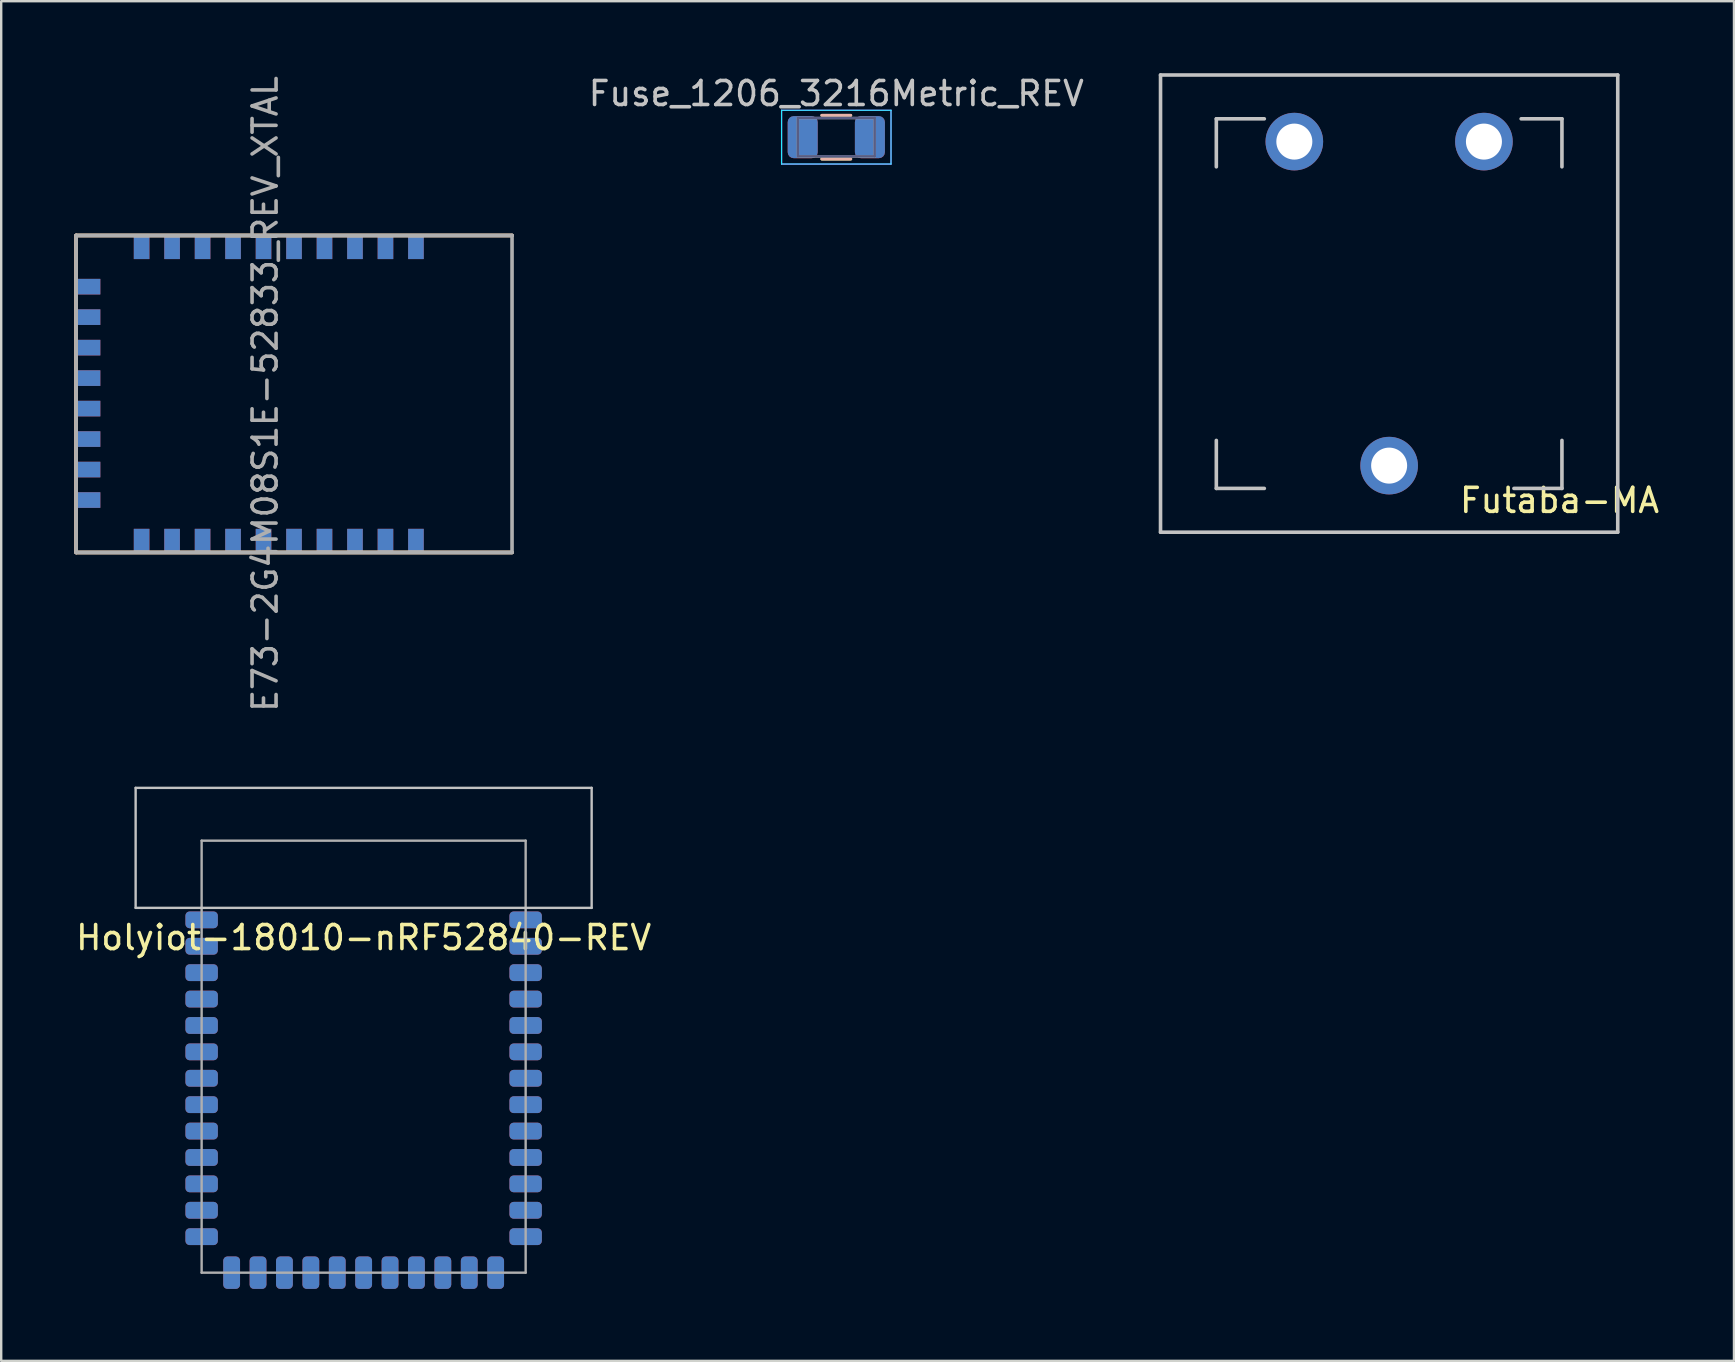
<source format=kicad_pcb>
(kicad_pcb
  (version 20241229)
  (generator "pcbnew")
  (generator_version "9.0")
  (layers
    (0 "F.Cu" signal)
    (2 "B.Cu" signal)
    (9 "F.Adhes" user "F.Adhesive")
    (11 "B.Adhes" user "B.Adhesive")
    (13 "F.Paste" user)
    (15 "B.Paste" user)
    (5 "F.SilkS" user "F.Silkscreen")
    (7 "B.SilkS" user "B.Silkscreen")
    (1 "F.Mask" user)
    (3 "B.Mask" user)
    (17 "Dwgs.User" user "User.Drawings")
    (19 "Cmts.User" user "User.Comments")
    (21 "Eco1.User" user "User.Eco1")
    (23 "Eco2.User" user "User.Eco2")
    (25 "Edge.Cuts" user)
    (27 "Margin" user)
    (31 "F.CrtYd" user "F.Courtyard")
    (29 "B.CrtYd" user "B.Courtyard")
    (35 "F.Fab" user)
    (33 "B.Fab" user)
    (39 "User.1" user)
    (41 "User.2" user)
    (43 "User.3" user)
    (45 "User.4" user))
  (footprint "Holyiot-18010-nRF52840-REV"
    (layer "F.Cu")
    (at 12.101 40.976)
    (property "Reference" "Holyiot-18010-nRF52840-REV" (at 0 -4.961 0) (layer "F.SilkS") (effects (font (size 1 1) (thickness 0.15))))
    (attr through_hole)
    (fp_line (start -9.5 -11.2) (end 9.5 -11.2) (stroke (width 0.1) (type solid)) (layer "Dwgs.User"))
    (fp_line (start -9.5 -6.2) (end -9.5 -11.2) (stroke (width 0.1) (type solid)) (layer "Dwgs.User"))
    (fp_line (start 9.5 -11.2) (end 9.5 -6.2) (stroke (width 0.1) (type solid)) (layer "Dwgs.User"))
    (fp_line (start 9.5 -6.2) (end -9.5 -6.2) (stroke (width 0.1) (type solid)) (layer "Dwgs.User"))
    (fp_line (start -6.75 -9) (end 6.75 -9) (stroke (width 0.1) (type solid)) (layer "F.Fab"))
    (fp_line (start -6.75 9) (end -6.75 -9) (stroke (width 0.1) (type solid)) (layer "F.Fab"))
    (fp_line (start 6.75 -9) (end 6.75 9) (stroke (width 0.1) (type solid)) (layer "F.Fab"))
    (fp_line (start 6.75 9) (end -6.75 9) (stroke (width 0.1) (type solid)) (layer "F.Fab"))
    (pad "1" smd roundrect (at -6.75 -5.7) (size 1.35 0.7) (layers "F.Cu" "F.Mask" "F.Paste") (roundrect_rratio 0.25))
    (pad "1" smd roundrect (at 6.75 -5.7) (size 1.35 0.7) (layers "B.Cu" "B.Mask" "B.Paste") (roundrect_rratio 0.25))
    (pad "2" smd roundrect (at -6.75 -4.6) (size 1.35 0.7) (layers "F.Cu" "F.Mask" "F.Paste") (roundrect_rratio 0.25))
    (pad "2" smd roundrect (at 6.75 -4.6) (size 1.35 0.7) (layers "B.Cu" "B.Mask" "B.Paste") (roundrect_rratio 0.25))
    (pad "3" smd roundrect (at -6.75 -3.5) (size 1.35 0.7) (layers "F.Cu" "F.Mask" "F.Paste") (roundrect_rratio 0.25))
    (pad "3" smd roundrect (at 6.75 -3.5) (size 1.35 0.7) (layers "B.Cu" "B.Mask" "B.Paste") (roundrect_rratio 0.25))
    (pad "4" smd roundrect (at -6.75 -2.4) (size 1.35 0.7) (layers "F.Cu" "F.Mask" "F.Paste") (roundrect_rratio 0.25))
    (pad "4" smd roundrect (at 6.75 -2.4) (size 1.35 0.7) (layers "B.Cu" "B.Mask" "B.Paste") (roundrect_rratio 0.25))
    (pad "5" smd roundrect (at -6.75 -1.3) (size 1.35 0.7) (layers "F.Cu" "F.Mask" "F.Paste") (roundrect_rratio 0.25))
    (pad "5" smd roundrect (at 6.75 -1.3) (size 1.35 0.7) (layers "B.Cu" "B.Mask" "B.Paste") (roundrect_rratio 0.25))
    (pad "6" smd roundrect (at -6.75 -0.2) (size 1.35 0.7) (layers "F.Cu" "F.Mask" "F.Paste") (roundrect_rratio 0.25))
    (pad "6" smd roundrect (at 6.75 -0.2) (size 1.35 0.7) (layers "B.Cu" "B.Mask" "B.Paste") (roundrect_rratio 0.25))
    (pad "7" smd roundrect (at -6.75 0.9) (size 1.35 0.7) (layers "F.Cu" "F.Mask" "F.Paste") (roundrect_rratio 0.25))
    (pad "7" smd roundrect (at 6.75 0.9) (size 1.35 0.7) (layers "B.Cu" "B.Mask" "B.Paste") (roundrect_rratio 0.25))
    (pad "8" smd roundrect (at -6.75 2) (size 1.35 0.7) (layers "F.Cu" "F.Mask" "F.Paste") (roundrect_rratio 0.25))
    (pad "8" smd roundrect (at 6.75 2) (size 1.35 0.7) (layers "B.Cu" "B.Mask" "B.Paste") (roundrect_rratio 0.25))
    (pad "9" smd roundrect (at -6.75 3.1) (size 1.35 0.7) (layers "F.Cu" "F.Mask" "F.Paste") (roundrect_rratio 0.25))
    (pad "9" smd roundrect (at 6.75 3.1) (size 1.35 0.7) (layers "B.Cu" "B.Mask" "B.Paste") (roundrect_rratio 0.25))
    (pad "10" smd roundrect (at -6.75 4.2) (size 1.35 0.7) (layers "F.Cu" "F.Mask" "F.Paste") (roundrect_rratio 0.25))
    (pad "10" smd roundrect (at 6.75 4.2) (size 1.35 0.7) (layers "B.Cu" "B.Mask" "B.Paste") (roundrect_rratio 0.25))
    (pad "11" smd roundrect (at -6.75 5.3) (size 1.35 0.7) (layers "F.Cu" "F.Mask" "F.Paste") (roundrect_rratio 0.25))
    (pad "11" smd roundrect (at 6.75 5.3) (size 1.35 0.7) (layers "B.Cu" "B.Mask" "B.Paste") (roundrect_rratio 0.25))
    (pad "12" smd roundrect (at -6.75 6.4) (size 1.35 0.7) (layers "F.Cu" "F.Mask" "F.Paste") (roundrect_rratio 0.25))
    (pad "12" smd roundrect (at 6.75 6.4) (size 1.35 0.7) (layers "B.Cu" "B.Mask" "B.Paste") (roundrect_rratio 0.25))
    (pad "13" smd roundrect (at -6.75 7.5) (size 1.35 0.7) (layers "F.Cu" "F.Mask" "F.Paste") (roundrect_rratio 0.25))
    (pad "13" smd roundrect (at 6.75 7.5) (size 1.35 0.7) (layers "B.Cu" "B.Mask" "B.Paste") (roundrect_rratio 0.25))
    (pad "14" smd roundrect (at -5.5 9 90) (size 1.35 0.7) (layers "F.Cu" "F.Mask" "F.Paste") (roundrect_rratio 0.25))
    (pad "14" smd roundrect (at 5.5 9 270) (size 1.35 0.7) (layers "B.Cu" "B.Mask" "B.Paste") (roundrect_rratio 0.25))
    (pad "15" smd roundrect (at -4.4 9 90) (size 1.35 0.7) (layers "F.Cu" "F.Mask" "F.Paste") (roundrect_rratio 0.25))
    (pad "15" smd roundrect (at 4.4 9 270) (size 1.35 0.7) (layers "B.Cu" "B.Mask" "B.Paste") (roundrect_rratio 0.25))
    (pad "16" smd roundrect (at -3.3 9 90) (size 1.35 0.7) (layers "F.Cu" "F.Mask" "F.Paste") (roundrect_rratio 0.25))
    (pad "16" smd roundrect (at 3.3 9 270) (size 1.35 0.7) (layers "B.Cu" "B.Mask" "B.Paste") (roundrect_rratio 0.25))
    (pad "17" smd roundrect (at -2.2 9 90) (size 1.35 0.7) (layers "F.Cu" "F.Mask" "F.Paste") (roundrect_rratio 0.25))
    (pad "17" smd roundrect (at 2.2 9 270) (size 1.35 0.7) (layers "B.Cu" "B.Mask" "B.Paste") (roundrect_rratio 0.25))
    (pad "18" smd roundrect (at -1.1 9 90) (size 1.35 0.7) (layers "F.Cu" "F.Mask" "F.Paste") (roundrect_rratio 0.25))
    (pad "18" smd roundrect (at 1.1 9 270) (size 1.35 0.7) (layers "B.Cu" "B.Mask" "B.Paste") (roundrect_rratio 0.25))
    (pad "19" smd roundrect (at 0 9 90) (size 1.35 0.7) (layers "F.Cu" "F.Mask" "F.Paste") (roundrect_rratio 0.25))
    (pad "19" smd roundrect (at 0 9 270) (size 1.35 0.7) (layers "B.Cu" "B.Mask" "B.Paste") (roundrect_rratio 0.25))
    (pad "20" smd roundrect (at -1.1 9 270) (size 1.35 0.7) (layers "B.Cu" "B.Mask" "B.Paste") (roundrect_rratio 0.25))
    (pad "20" smd roundrect (at 1.1 9 90) (size 1.35 0.7) (layers "F.Cu" "F.Mask" "F.Paste") (roundrect_rratio 0.25))
    (pad "21" smd roundrect (at -2.2 9 270) (size 1.35 0.7) (layers "B.Cu" "B.Mask" "B.Paste") (roundrect_rratio 0.25))
    (pad "21" smd roundrect (at 2.2 9 90) (size 1.35 0.7) (layers "F.Cu" "F.Mask" "F.Paste") (roundrect_rratio 0.25))
    (pad "22" smd roundrect (at -3.3 9 270) (size 1.35 0.7) (layers "B.Cu" "B.Mask" "B.Paste") (roundrect_rratio 0.25))
    (pad "22" smd roundrect (at 3.3 9 90) (size 1.35 0.7) (layers "F.Cu" "F.Mask" "F.Paste") (roundrect_rratio 0.25))
    (pad "23" smd roundrect (at -4.4 9 270) (size 1.35 0.7) (layers "B.Cu" "B.Mask" "B.Paste") (roundrect_rratio 0.25))
    (pad "23" smd roundrect (at 4.4 9 90) (size 1.35 0.7) (layers "F.Cu" "F.Mask" "F.Paste") (roundrect_rratio 0.25))
    (pad "24" smd roundrect (at -5.5 9 270) (size 1.35 0.7) (layers "B.Cu" "B.Mask" "B.Paste") (roundrect_rratio 0.25))
    (pad "24" smd roundrect (at 5.5 9 90) (size 1.35 0.7) (layers "F.Cu" "F.Mask" "F.Paste") (roundrect_rratio 0.25))
    (pad "25" smd roundrect (at -6.75 7.5 180) (size 1.35 0.7) (layers "B.Cu" "B.Mask" "B.Paste") (roundrect_rratio 0.25))
    (pad "25" smd roundrect (at 6.75 7.5 180) (size 1.35 0.7) (layers "F.Cu" "F.Mask" "F.Paste") (roundrect_rratio 0.25))
    (pad "26" smd roundrect (at -6.75 6.4 180) (size 1.35 0.7) (layers "B.Cu" "B.Mask" "B.Paste") (roundrect_rratio 0.25))
    (pad "26" smd roundrect (at 6.75 6.4 180) (size 1.35 0.7) (layers "F.Cu" "F.Mask" "F.Paste") (roundrect_rratio 0.25))
    (pad "27" smd roundrect (at -6.75 5.3 180) (size 1.35 0.7) (layers "B.Cu" "B.Mask" "B.Paste") (roundrect_rratio 0.25))
    (pad "27" smd roundrect (at 6.75 5.3 180) (size 1.35 0.7) (layers "F.Cu" "F.Mask" "F.Paste") (roundrect_rratio 0.25))
    (pad "28" smd roundrect (at -6.75 4.2 180) (size 1.35 0.7) (layers "B.Cu" "B.Mask" "B.Paste") (roundrect_rratio 0.25))
    (pad "28" smd roundrect (at 6.75 4.2 180) (size 1.35 0.7) (layers "F.Cu" "F.Mask" "F.Paste") (roundrect_rratio 0.25))
    (pad "29" smd roundrect (at -6.75 3.1 180) (size 1.35 0.7) (layers "B.Cu" "B.Mask" "B.Paste") (roundrect_rratio 0.25))
    (pad "29" smd roundrect (at 6.75 3.1 180) (size 1.35 0.7) (layers "F.Cu" "F.Mask" "F.Paste") (roundrect_rratio 0.25))
    (pad "30" smd roundrect (at -6.75 2 180) (size 1.35 0.7) (layers "B.Cu" "B.Mask" "B.Paste") (roundrect_rratio 0.25))
    (pad "30" smd roundrect (at 6.75 2 180) (size 1.35 0.7) (layers "F.Cu" "F.Mask" "F.Paste") (roundrect_rratio 0.25))
    (pad "31" smd roundrect (at -6.75 0.9 180) (size 1.35 0.7) (layers "B.Cu" "B.Mask" "B.Paste") (roundrect_rratio 0.25))
    (pad "31" smd roundrect (at 6.75 0.9 180) (size 1.35 0.7) (layers "F.Cu" "F.Mask" "F.Paste") (roundrect_rratio 0.25))
    (pad "32" smd roundrect (at -6.75 -0.2 180) (size 1.35 0.7) (layers "B.Cu" "B.Mask" "B.Paste") (roundrect_rratio 0.25))
    (pad "32" smd roundrect (at 6.75 -0.2 180) (size 1.35 0.7) (layers "F.Cu" "F.Mask" "F.Paste") (roundrect_rratio 0.25))
    (pad "33" smd roundrect (at -6.75 -1.3 180) (size 1.35 0.7) (layers "B.Cu" "B.Mask" "B.Paste") (roundrect_rratio 0.25))
    (pad "33" smd roundrect (at 6.75 -1.3 180) (size 1.35 0.7) (layers "F.Cu" "F.Mask" "F.Paste") (roundrect_rratio 0.25))
    (pad "34" smd roundrect (at -6.75 -2.4 180) (size 1.35 0.7) (layers "B.Cu" "B.Mask" "B.Paste") (roundrect_rratio 0.25))
    (pad "34" smd roundrect (at 6.75 -2.4 180) (size 1.35 0.7) (layers "F.Cu" "F.Mask" "F.Paste") (roundrect_rratio 0.25))
    (pad "35" smd roundrect (at -6.75 -3.5 180) (size 1.35 0.7) (layers "B.Cu" "B.Mask" "B.Paste") (roundrect_rratio 0.25))
    (pad "35" smd roundrect (at 6.75 -3.5 180) (size 1.35 0.7) (layers "F.Cu" "F.Mask" "F.Paste") (roundrect_rratio 0.25))
    (pad "36" smd roundrect (at -6.75 -4.6 180) (size 1.35 0.7) (layers "B.Cu" "B.Mask" "B.Paste") (roundrect_rratio 0.25))
    (pad "36" smd roundrect (at 6.75 -4.6 180) (size 1.35 0.7) (layers "F.Cu" "F.Mask" "F.Paste") (roundrect_rratio 0.25))
    (pad "37" smd roundrect (at -6.75 -5.7 180) (size 1.35 0.7) (layers "B.Cu" "B.Mask" "B.Paste") (roundrect_rratio 0.25))
    (pad "37" smd roundrect (at 6.75 -5.7 180) (size 1.35 0.7) (layers "F.Cu" "F.Mask" "F.Paste") (roundrect_rratio 0.25)))
  (footprint "Fuse_1206_3216Metric_REV"
    (layer "F.Cu")
    (at 31.794 2.668)
    (property "Reference" "Fuse_1206_3216Metric_REV" (at 0 -1.82 0) (layer "Dwgs.User") (effects (font (size 1 1) (thickness 0.15))))
    (attr smd)
    (fp_line (start -0.602 -0.91) (end 0.602 -0.91) (stroke (width 0.12) (type solid)) (layer "F.SilkS"))
    (fp_line (start -0.602 0.91) (end 0.602 0.91) (stroke (width 0.12) (type solid)) (layer "F.SilkS"))
    (fp_line (start -0.602 -0.915) (end 0.602 -0.915) (stroke (width 0.12) (type solid)) (layer "B.SilkS"))
    (fp_line (start -0.602 0.905) (end 0.602 0.905) (stroke (width 0.12) (type solid)) (layer "B.SilkS"))
    (fp_line (start -2.28 -1.125) (end -2.28 1.115) (stroke (width 0.05) (type solid)) (layer "B.CrtYd"))
    (fp_line (start -2.28 1.115) (end 2.28 1.115) (stroke (width 0.05) (type solid)) (layer "B.CrtYd"))
    (fp_line (start 2.28 -1.125) (end -2.28 -1.125) (stroke (width 0.05) (type solid)) (layer "B.CrtYd"))
    (fp_line (start 2.28 1.115) (end 2.28 -1.125) (stroke (width 0.05) (type solid)) (layer "B.CrtYd"))
    (fp_line (start -2.28 -1.12) (end 2.28 -1.12) (stroke (width 0.05) (type solid)) (layer "F.CrtYd"))
    (fp_line (start -2.28 1.12) (end -2.28 -1.12) (stroke (width 0.05) (type solid)) (layer "F.CrtYd"))
    (fp_line (start 2.28 -1.12) (end 2.28 1.12) (stroke (width 0.05) (type solid)) (layer "F.CrtYd"))
    (fp_line (start 2.28 1.12) (end -2.28 1.12) (stroke (width 0.05) (type solid)) (layer "F.CrtYd"))
    (fp_line (start -1.6 -0.805) (end -1.6 0.795) (stroke (width 0.1) (type solid)) (layer "B.Fab"))
    (fp_line (start -1.6 0.795) (end 1.6 0.795) (stroke (width 0.1) (type solid)) (layer "B.Fab"))
    (fp_line (start 1.6 -0.805) (end -1.6 -0.805) (stroke (width 0.1) (type solid)) (layer "B.Fab"))
    (fp_line (start 1.6 0.795) (end 1.6 -0.805) (stroke (width 0.1) (type solid)) (layer "B.Fab"))
    (fp_line (start -1.6 -0.8) (end 1.6 -0.8) (stroke (width 0.1) (type solid)) (layer "F.Fab"))
    (fp_line (start -1.6 0.8) (end -1.6 -0.8) (stroke (width 0.1) (type solid)) (layer "F.Fab"))
    (fp_line (start 1.6 -0.8) (end 1.6 0.8) (stroke (width 0.1) (type solid)) (layer "F.Fab"))
    (fp_line (start 1.6 0.8) (end -1.6 0.8) (stroke (width 0.1) (type solid)) (layer "F.Fab"))
    (pad "1" smd roundrect (at -1.4 -0.005 180) (size 1.25 1.75) (layers "B.Cu" "B.Mask" "B.Paste") (roundrect_rratio 0.2))
    (pad "1" smd roundrect (at -1.4 0) (size 1.25 1.75) (layers "F.Cu" "F.Mask" "F.Paste") (roundrect_rratio 0.2))
    (pad "2" smd roundrect (at 1.4 -0.005 180) (size 1.25 1.75) (layers "B.Cu" "B.Mask" "B.Paste") (roundrect_rratio 0.2))
    (pad "2" smd roundrect (at 1.4 0) (size 1.25 1.75) (layers "F.Cu" "F.Mask" "F.Paste") (roundrect_rratio 0.2)))
  (footprint "Futaba-MA"
    (layer "F.Cu")
    (at 54.828 9.6)
    (property "Reference" "Futaba-MA" (at 7.1 8.2 0) (layer "F.SilkS") (effects (font (size 1 1) (thickness 0.15))))
    (attr through_hole)
    (fp_line (start -9.525 -9.525) (end 9.525 -9.525) (stroke (width 0.15) (type solid)) (layer "Dwgs.User"))
    (fp_line (start -9.525 9.525) (end -9.525 -9.525) (stroke (width 0.15) (type solid)) (layer "Dwgs.User"))
    (fp_line (start -7.2 -7.7) (end -7.2 -5.7) (stroke (width 0.15) (type solid)) (layer "Dwgs.User"))
    (fp_line (start -7.2 7.7) (end -7.2 5.7) (stroke (width 0.15) (type solid)) (layer "Dwgs.User"))
    (fp_line (start -5.2 -7.7) (end -7.2 -7.7) (stroke (width 0.15) (type solid)) (layer "Dwgs.User"))
    (fp_line (start -5.2 7.7) (end -7.2 7.7) (stroke (width 0.15) (type solid)) (layer "Dwgs.User"))
    (fp_line (start 5.2 7.7) (end 7.2 7.7) (stroke (width 0.15) (type solid)) (layer "Dwgs.User"))
    (fp_line (start 7.2 -7.7) (end 5.5 -7.7) (stroke (width 0.15) (type solid)) (layer "Dwgs.User"))
    (fp_line (start 7.2 -5.7) (end 7.2 -7.7) (stroke (width 0.15) (type solid)) (layer "Dwgs.User"))
    (fp_line (start 7.2 7.7) (end 7.2 5.7) (stroke (width 0.15) (type solid)) (layer "Dwgs.User"))
    (fp_line (start 9.525 -9.525) (end 9.525 9.525) (stroke (width 0.15) (type solid)) (layer "Dwgs.User"))
    (fp_line (start 9.525 9.525) (end -9.525 9.525) (stroke (width 0.15) (type solid)) (layer "Dwgs.User"))
    (pad "1" thru_hole circle (at -3.95 -6.75) (size 2.4 2.4) (drill 1.5) (layers "*.Cu" "*.Mask"))
    (pad "1" thru_hole circle (at 0 6.75) (size 2.4 2.4) (drill 1.5) (layers "*.Cu" "*.Mask"))
    (pad "2" thru_hole circle (at 3.95 -6.75) (size 2.4 2.4) (drill 1.5) (layers "*.Cu" "*.Mask")))
  (footprint "E73-2G4M08S1E-52833_REV_XTAL"
    (layer "F.Cu")
    (at 0.25 13.364)
    (property "Reference" "E73-2G4M08S1E-52833_REV_XTAL" (at 7.747 -0.000467 270) (layer "F.Fab") (effects (font (size 1 1) (thickness 0.15))))
    (attr smd)
    (fp_line (start -0.127 -6.604) (end -0.127 6.604) (stroke (width 0.15) (type solid)) (layer "F.SilkS"))
    (fp_line (start -0.127 6.604) (end 18.034 6.604) (stroke (width 0.15) (type solid)) (layer "F.SilkS"))
    (fp_line (start 18.034 -6.604) (end -0.127 -6.604) (stroke (width 0.15) (type solid)) (layer "F.SilkS"))
    (fp_line (start -0.127 -6.604) (end -0.127 6.604) (stroke (width 0.15) (type solid)) (layer "B.SilkS"))
    (fp_line (start -0.127 6.604) (end 18.034 6.604) (stroke (width 0.15) (type solid)) (layer "B.SilkS"))
    (fp_line (start 18.034 -6.604) (end -0.127 -6.604) (stroke (width 0.15) (type solid)) (layer "B.SilkS"))
    (fp_line (start -0.127 -6.604) (end -0.127 6.604) (stroke (width 0.15) (type solid)) (layer "F.Fab"))
    (fp_line (start -0.127 6.604) (end 18.034 6.604) (stroke (width 0.15) (type solid)) (layer "F.Fab"))
    (fp_line (start 18.034 -6.604) (end -0.127 -6.604) (stroke (width 0.15) (type solid)) (layer "F.Fab"))
    (fp_line (start 18.034 6.604) (end 18.034 -6.604) (stroke (width 0.15) (type solid)) (layer "F.Fab"))
    (pad "1" smd rect (at 14.03 -6.119) (size 0.65 1) (layers "F.Cu" "F.Mask" "F.Paste"))
    (pad "1" smd rect (at 14.03 6.12 180) (size 0.65 1) (layers "B.Cu" "B.Mask" "B.Paste"))
    (pad "2" smd rect (at 12.76 -6.119) (size 0.65 1) (layers "F.Cu" "F.Mask" "F.Paste"))
    (pad "2" smd rect (at 12.76 6.12 180) (size 0.65 1) (layers "B.Cu" "B.Mask" "B.Paste"))
    (pad "3" smd rect (at 11.49 -6.119) (size 0.65 1) (layers "F.Cu" "F.Mask" "F.Paste"))
    (pad "3" smd rect (at 11.49 6.12 180) (size 0.65 1) (layers "B.Cu" "B.Mask" "B.Paste"))
    (pad "4" smd rect (at 10.22 -6.119) (size 0.65 1) (layers "F.Cu" "F.Mask" "F.Paste"))
    (pad "4" smd rect (at 10.22 6.12 180) (size 0.65 1) (layers "B.Cu" "B.Mask" "B.Paste"))
    (pad "5" smd rect (at 8.95 -6.119) (size 0.65 1) (layers "F.Cu" "F.Mask" "F.Paste"))
    (pad "5" smd rect (at 8.95 6.12 180) (size 0.65 1) (layers "B.Cu" "B.Mask" "B.Paste"))
    (pad "6" smd rect (at 7.68 -6.119) (size 0.65 1) (layers "F.Cu" "F.Mask" "F.Paste"))
    (pad "6" smd rect (at 7.68 6.12 180) (size 0.65 1) (layers "B.Cu" "B.Mask" "B.Paste"))
    (pad "7" smd rect (at 6.41 -6.119) (size 0.65 1) (layers "F.Cu" "F.Mask" "F.Paste"))
    (pad "7" smd rect (at 6.41 6.12 180) (size 0.65 1) (layers "B.Cu" "B.Mask" "B.Paste"))
    (pad "8" smd rect (at 5.14 -6.119) (size 0.65 1) (layers "F.Cu" "F.Mask" "F.Paste"))
    (pad "8" smd rect (at 5.14 6.12 180) (size 0.65 1) (layers "B.Cu" "B.Mask" "B.Paste"))
    (pad "9" smd rect (at 3.87 -6.119) (size 0.65 1) (layers "F.Cu" "F.Mask" "F.Paste"))
    (pad "9" smd rect (at 3.87 6.12 180) (size 0.65 1) (layers "B.Cu" "B.Mask" "B.Paste"))
    (pad "10" smd rect (at 2.6 -6.119) (size 0.65 1) (layers "F.Cu" "F.Mask" "F.Paste"))
    (pad "10" smd rect (at 2.6 6.12 180) (size 0.65 1) (layers "B.Cu" "B.Mask" "B.Paste"))
    (pad "11" smd rect (at 0.381 -4.47 90) (size 0.65 1) (layers "F.Cu" "F.Mask" "F.Paste"))
    (pad "12" smd rect (at 0.38 4.42 90) (size 0.65 1) (layers "B.Cu" "B.Mask" "B.Paste"))
    (pad "13" smd rect (at 0.381 -3.2 90) (size 0.65 1) (layers "F.Cu" "F.Mask" "F.Paste"))
    (pad "14" smd rect (at 0.38 3.15 90) (size 0.65 1) (layers "B.Cu" "B.Mask" "B.Paste"))
    (pad "15" smd rect (at 0.38 1.88 90) (size 0.65 1) (layers "B.Cu" "B.Mask" "B.Paste"))
    (pad "15" smd rect (at 0.381 -1.93 90) (size 0.65 1) (layers "F.Cu" "F.Mask" "F.Paste"))
    (pad "17" smd rect (at 0.38 0.61 90) (size 0.65 1) (layers "B.Cu" "B.Mask" "B.Paste"))
    (pad "17" smd rect (at 0.381 -0.66 90) (size 0.65 1) (layers "F.Cu" "F.Mask" "F.Paste"))
    (pad "19" smd rect (at 0.38 -0.66 90) (size 0.65 1) (layers "B.Cu" "B.Mask" "B.Paste"))
    (pad "19" smd rect (at 0.381 0.61 90) (size 0.65 1) (layers "F.Cu" "F.Mask" "F.Paste"))
    (pad "21" smd rect (at 0.38 -1.93 90) (size 0.65 1) (layers "B.Cu" "B.Mask" "B.Paste"))
    (pad "21" smd rect (at 0.381 1.88 90) (size 0.65 1) (layers "F.Cu" "F.Mask" "F.Paste"))
    (pad "23" smd rect (at 0.38 -3.2 90) (size 0.65 1) (layers "B.Cu" "B.Mask" "B.Paste"))
    (pad "23" smd rect (at 0.381 3.15 90) (size 0.65 1) (layers "F.Cu" "F.Mask" "F.Paste"))
    (pad "25" smd rect (at 0.38 -4.47 90) (size 0.65 1) (layers "B.Cu" "B.Mask" "B.Paste"))
    (pad "25" smd rect (at 0.381 4.42 90) (size 0.65 1) (layers "F.Cu" "F.Mask" "F.Paste"))
    (pad "26" smd rect (at 2.6 -6.12 180) (size 0.65 1) (layers "B.Cu" "B.Mask" "B.Paste"))
    (pad "26" smd rect (at 2.6 6.119) (size 0.65 1) (layers "F.Cu" "F.Mask" "F.Paste"))
    (pad "27" smd rect (at 3.87 -6.12 180) (size 0.65 1) (layers "B.Cu" "B.Mask" "B.Paste"))
    (pad "27" smd rect (at 3.87 6.119) (size 0.65 1) (layers "F.Cu" "F.Mask" "F.Paste"))
    (pad "29" smd rect (at 5.14 -6.12 180) (size 0.65 1) (layers "B.Cu" "B.Mask" "B.Paste"))
    (pad "29" smd rect (at 5.14 6.119) (size 0.65 1) (layers "F.Cu" "F.Mask" "F.Paste"))
    (pad "31" smd rect (at 6.41 -6.12 180) (size 0.65 1) (layers "B.Cu" "B.Mask" "B.Paste"))
    (pad "31" smd rect (at 6.41 6.119) (size 0.65 1) (layers "F.Cu" "F.Mask" "F.Paste"))
    (pad "33" smd rect (at 7.68 -6.12 180) (size 0.65 1) (layers "B.Cu" "B.Mask" "B.Paste"))
    (pad "33" smd rect (at 7.68 6.119) (size 0.65 1) (layers "F.Cu" "F.Mask" "F.Paste"))
    (pad "35" smd rect (at 8.95 -6.12 180) (size 0.65 1) (layers "B.Cu" "B.Mask" "B.Paste"))
    (pad "35" smd rect (at 8.95 6.119) (size 0.65 1) (layers "F.Cu" "F.Mask" "F.Paste"))
    (pad "37" smd rect (at 10.22 -6.12 180) (size 0.65 1) (layers "B.Cu" "B.Mask" "B.Paste"))
    (pad "37" smd rect (at 10.22 6.119) (size 0.65 1) (layers "F.Cu" "F.Mask" "F.Paste"))
    (pad "39" smd rect (at 11.49 -6.12 180) (size 0.65 1) (layers "B.Cu" "B.Mask" "B.Paste"))
    (pad "39" smd rect (at 11.49 6.119) (size 0.65 1) (layers "F.Cu" "F.Mask" "F.Paste"))
    (pad "41" smd rect (at 12.76 -6.12 180) (size 0.65 1) (layers "B.Cu" "B.Mask" "B.Paste"))
    (pad "41" smd rect (at 12.76 6.119) (size 0.65 1) (layers "F.Cu" "F.Mask" "F.Paste"))
    (pad "43" smd rect (at 14.03 -6.12 180) (size 0.65 1) (layers "B.Cu" "B.Mask" "B.Paste"))
    (pad "43" smd rect (at 14.03 6.119) (size 0.65 1) (layers "F.Cu" "F.Mask" "F.Paste")))
  (gr_rect
    (start -3 -3)
    (end 69.196 53.651)
    (stroke (width 0.1) (type default))
    (fill no)
    (layer "Edge.Cuts")))
</source>
